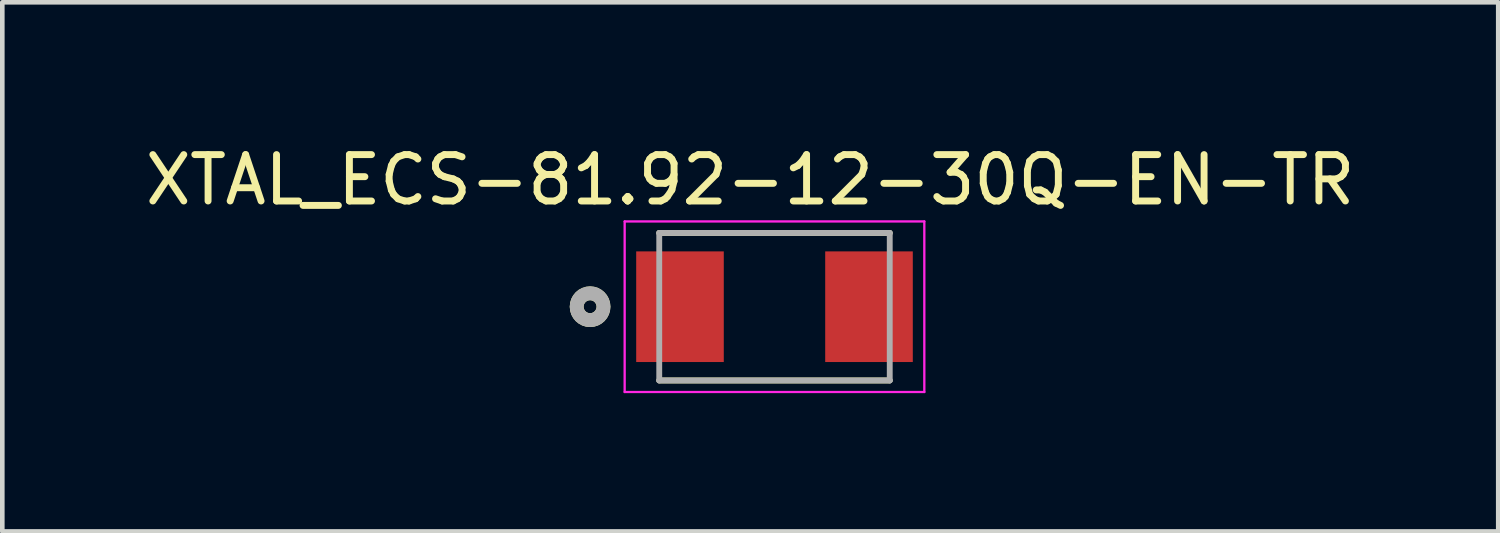
<source format=kicad_pcb>
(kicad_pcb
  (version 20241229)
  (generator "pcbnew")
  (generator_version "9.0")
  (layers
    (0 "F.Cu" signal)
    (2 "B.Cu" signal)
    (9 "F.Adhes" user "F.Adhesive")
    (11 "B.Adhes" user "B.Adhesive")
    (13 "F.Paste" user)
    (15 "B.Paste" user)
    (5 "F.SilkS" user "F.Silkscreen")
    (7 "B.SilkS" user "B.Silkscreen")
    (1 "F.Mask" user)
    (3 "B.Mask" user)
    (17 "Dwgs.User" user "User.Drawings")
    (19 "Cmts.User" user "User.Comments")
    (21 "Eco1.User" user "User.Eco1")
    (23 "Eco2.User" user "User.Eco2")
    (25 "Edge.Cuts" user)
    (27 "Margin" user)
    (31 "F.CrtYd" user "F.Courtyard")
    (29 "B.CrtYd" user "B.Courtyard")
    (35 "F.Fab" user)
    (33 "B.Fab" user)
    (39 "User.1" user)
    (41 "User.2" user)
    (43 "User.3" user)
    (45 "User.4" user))
  (footprint "XTAL_ECS-81.92-12-30Q-EN-TR"
    (layer "F.Cu")
    (at 13.75 3.603)
    (property "Reference" "XTAL_ECS-81.92-12-30Q-EN-TR" (at -0.526 -2.751 0) (layer "F.SilkS") (effects (font (size 1.006 1.006) (thickness 0.15))))
    (attr through_hole)
    (fp_line (start -2.5 1.6) (end 2.5 1.6) (stroke (width 0.127) (type solid)) (layer "F.SilkS"))
    (fp_line (start 2.5 -1.6) (end -2.5 -1.6) (stroke (width 0.127) (type solid)) (layer "F.SilkS"))
    (fp_circle (center -4 0) (end -3.859 0) (stroke (width 0.3) (type solid)) (fill no) (layer "F.SilkS"))
    (fp_line (start -3.25 -1.85) (end -3.25 1.85) (stroke (width 0.05) (type solid)) (layer "F.CrtYd"))
    (fp_line (start -3.25 1.85) (end 3.25 1.85) (stroke (width 0.05) (type solid)) (layer "F.CrtYd"))
    (fp_line (start 3.25 -1.85) (end -3.25 -1.85) (stroke (width 0.05) (type solid)) (layer "F.CrtYd"))
    (fp_line (start 3.25 1.85) (end 3.25 -1.85) (stroke (width 0.05) (type solid)) (layer "F.CrtYd"))
    (fp_line (start -2.5 -1.6) (end -2.5 1.6) (stroke (width 0.127) (type solid)) (layer "F.Fab"))
    (fp_line (start -2.5 1.6) (end 2.5 1.6) (stroke (width 0.127) (type solid)) (layer "F.Fab"))
    (fp_line (start 2.5 -1.6) (end -2.5 -1.6) (stroke (width 0.127) (type solid)) (layer "F.Fab"))
    (fp_line (start 2.5 1.6) (end 2.5 -1.6) (stroke (width 0.127) (type solid)) (layer "F.Fab"))
    (fp_circle (center -4 0) (end -3.859 0) (stroke (width 0.3) (type solid)) (fill no) (layer "F.Fab"))
    (pad "1" smd rect (at -2.05 0) (size 1.9 2.4) (layers "F.Cu" "F.Mask" "F.Paste"))
    (pad "2" smd rect (at 2.05 0) (size 1.9 2.4) (layers "F.Cu" "F.Mask" "F.Paste")))
  (gr_rect
    (start -3 -3)
    (end 29.449 8.478)
    (stroke (width 0.1) (type default))
    (fill no)
    (layer "Edge.Cuts")))
</source>
